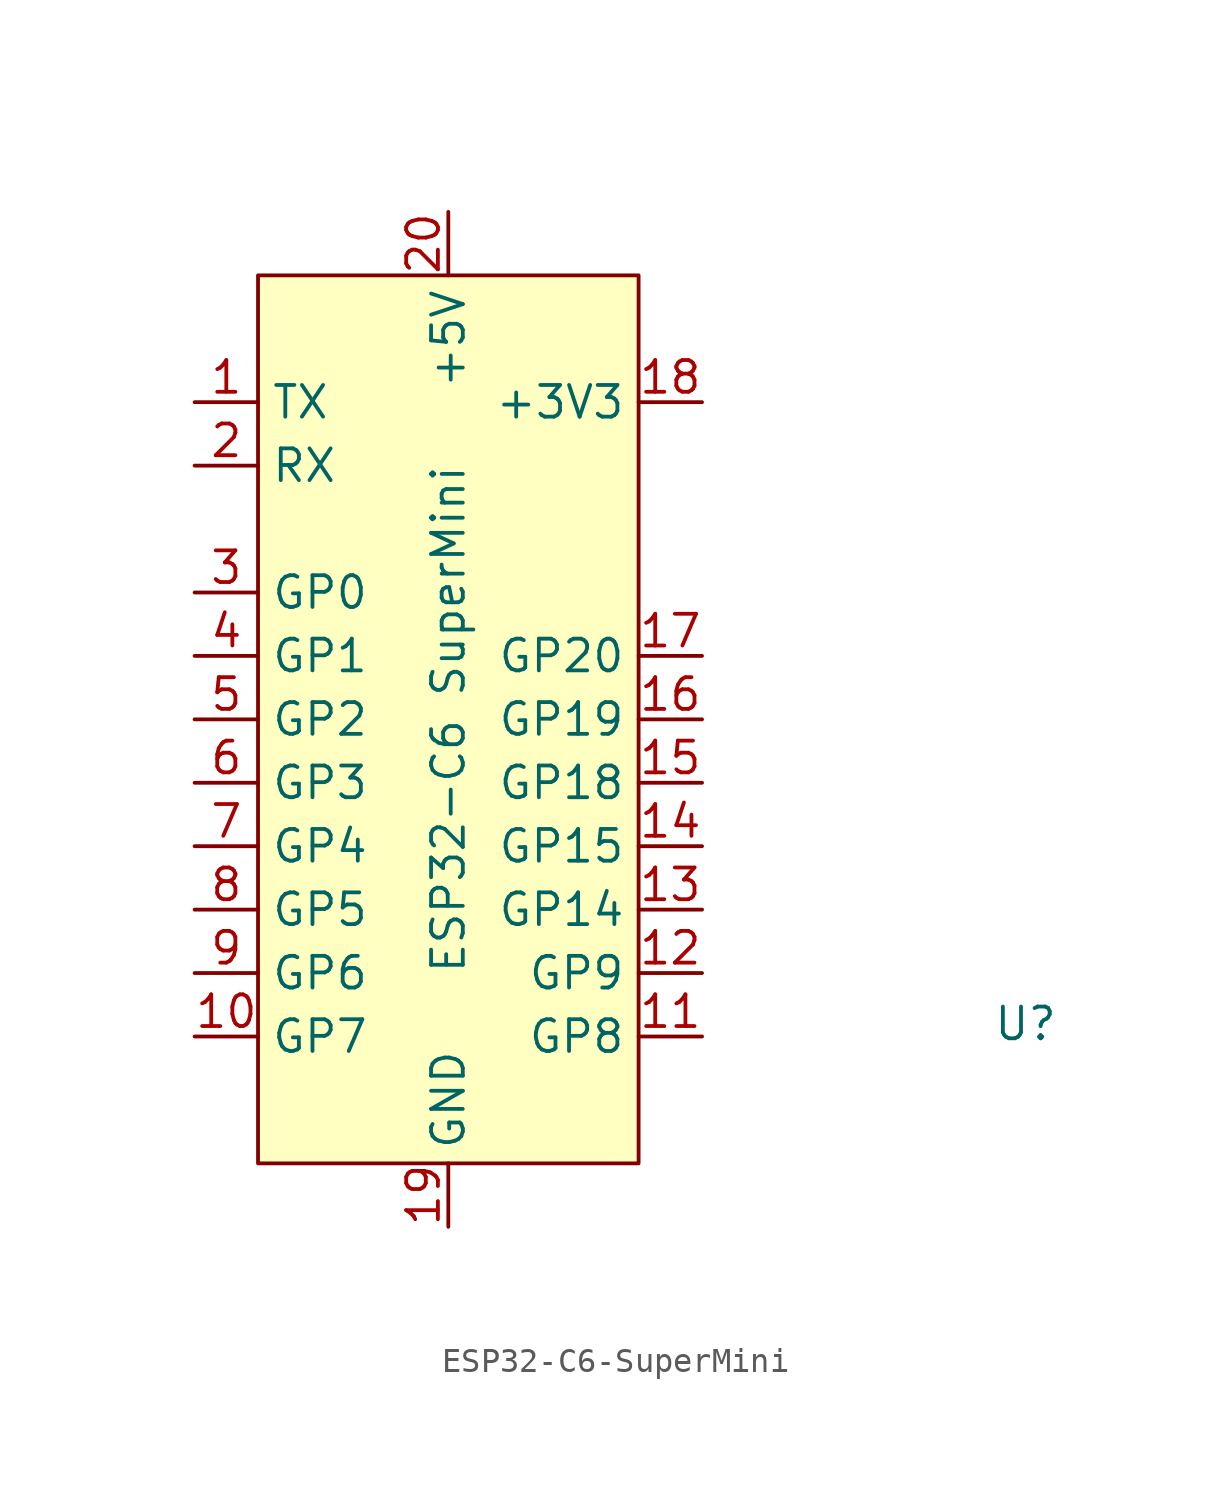
<source format=kicad_sym>
(kicad_symbol_lib
  (version 20241209)
  (generator "kicad_symbol_editor")
  (generator_version "9.0")
  (symbol "ESP32-C6-SuperMini"
    (property "Reference" "U"
      (at 23.114 -12.192 0)
      (effects (font (size 1.27 1.27))))
    (property "Value" "ESP32-C6 SuperMini"
      (at 0 0 90)
      (effects (font (size 1.27 1.27))))
    (symbol "ESP32-C6-SuperMini_1_1"
      (rectangle (start -7.62 17.78) (end 7.62 -17.78) (stroke (width 0) (type solid)) (fill (type background)))
      (pin passive line (at -10.16 12.7 0) (length 2.54) (name "TX" (effects (font (size 1.27 1.27)))) (number "1" (effects (font (size 1.27 1.27)))))
      (pin passive line (at -10.16 10.16 0) (length 2.54) (name "RX" (effects (font (size 1.27 1.27)))) (number "2" (effects (font (size 1.27 1.27)))))
      (pin passive line (at -10.16 5.08 0) (length 2.54) (name "GP0" (effects (font (size 1.27 1.27)))) (number "3" (effects (font (size 1.27 1.27)))))
      (pin passive line (at -10.16 2.54 0) (length 2.54) (name "GP1" (effects (font (size 1.27 1.27)))) (number "4" (effects (font (size 1.27 1.27)))))
      (pin passive line (at -10.16 0 0) (length 2.54) (name "GP2" (effects (font (size 1.27 1.27)))) (number "5" (effects (font (size 1.27 1.27)))))
      (pin passive line (at -10.16 -2.54 0) (length 2.54) (name "GP3" (effects (font (size 1.27 1.27)))) (number "6" (effects (font (size 1.27 1.27)))))
      (pin passive line (at -10.16 -5.08 0) (length 2.54) (name "GP4" (effects (font (size 1.27 1.27)))) (number "7" (effects (font (size 1.27 1.27)))))
      (pin passive line (at -10.16 -7.62 0) (length 2.54) (name "GP5" (effects (font (size 1.27 1.27)))) (number "8" (effects (font (size 1.27 1.27)))))
      (pin passive line (at -10.16 -10.16 0) (length 2.54) (name "GP6" (effects (font (size 1.27 1.27)))) (number "9" (effects (font (size 1.27 1.27)))))
      (pin passive line (at -10.16 -12.7 0) (length 2.54) (name "GP7" (effects (font (size 1.27 1.27)))) (number "10" (effects (font (size 1.27 1.27)))))
      (pin power_in line (at 0 20.32 270) (length 2.54) (name "+5V" (effects (font (size 1.27 1.27)))) (number "20" (effects (font (size 1.27 1.27)))))
      (pin power_in line (at 0 -20.32 90) (length 2.54) (name "GND" (effects (font (size 1.27 1.27)))) (number "19" (effects (font (size 1.27 1.27)))))
      (pin power_out line (at 10.16 12.7 180) (length 2.54) (name "+3V3" (effects (font (size 1.27 1.27)))) (number "18" (effects (font (size 1.27 1.27)))))
      (pin passive line (at 10.16 2.54 180) (length 2.54) (name "GP20" (effects (font (size 1.27 1.27)))) (number "17" (effects (font (size 1.27 1.27)))))
      (pin passive line (at 10.16 0 180) (length 2.54) (name "GP19" (effects (font (size 1.27 1.27)))) (number "16" (effects (font (size 1.27 1.27)))))
      (pin passive line (at 10.16 -2.54 180) (length 2.54) (name "GP18" (effects (font (size 1.27 1.27)))) (number "15" (effects (font (size 1.27 1.27)))))
      (pin passive line (at 10.16 -5.08 180) (length 2.54) (name "GP15" (effects (font (size 1.27 1.27)))) (number "14" (effects (font (size 1.27 1.27)))))
      (pin passive line (at 10.16 -7.62 180) (length 2.54) (name "GP14" (effects (font (size 1.27 1.27)))) (number "13" (effects (font (size 1.27 1.27)))))
      (pin passive line (at 10.16 -10.16 180) (length 2.54) (name "GP9" (effects (font (size 1.27 1.27)))) (number "12" (effects (font (size 1.27 1.27)))))
      (pin passive line (at 10.16 -12.7 180) (length 2.54) (name "GP8" (effects (font (size 1.27 1.27)))) (number "11" (effects (font (size 1.27 1.27))))))))
</source>
